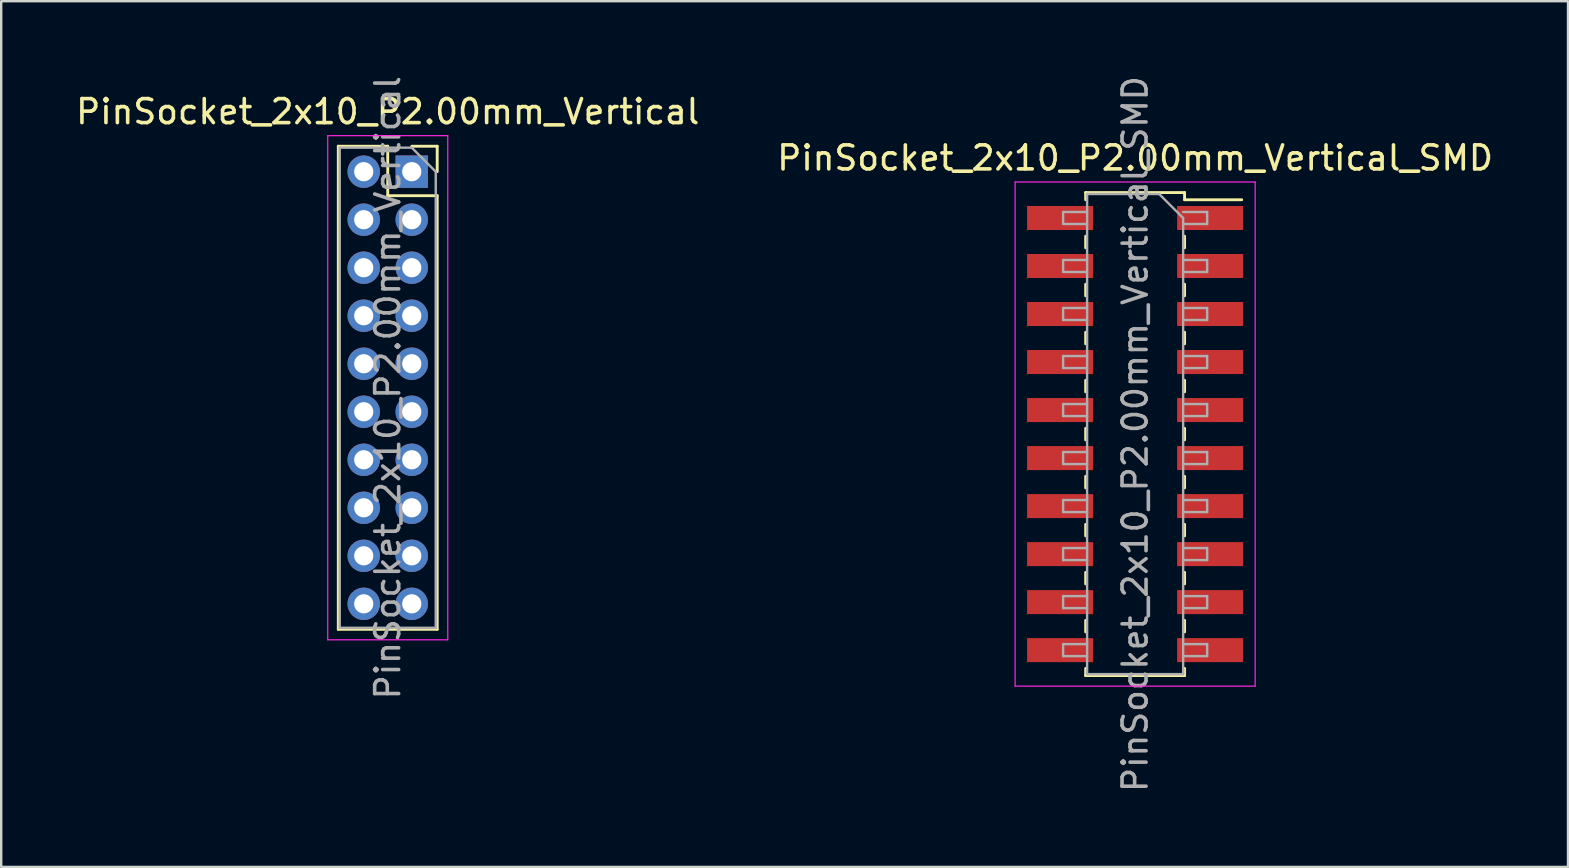
<source format=kicad_pcb>
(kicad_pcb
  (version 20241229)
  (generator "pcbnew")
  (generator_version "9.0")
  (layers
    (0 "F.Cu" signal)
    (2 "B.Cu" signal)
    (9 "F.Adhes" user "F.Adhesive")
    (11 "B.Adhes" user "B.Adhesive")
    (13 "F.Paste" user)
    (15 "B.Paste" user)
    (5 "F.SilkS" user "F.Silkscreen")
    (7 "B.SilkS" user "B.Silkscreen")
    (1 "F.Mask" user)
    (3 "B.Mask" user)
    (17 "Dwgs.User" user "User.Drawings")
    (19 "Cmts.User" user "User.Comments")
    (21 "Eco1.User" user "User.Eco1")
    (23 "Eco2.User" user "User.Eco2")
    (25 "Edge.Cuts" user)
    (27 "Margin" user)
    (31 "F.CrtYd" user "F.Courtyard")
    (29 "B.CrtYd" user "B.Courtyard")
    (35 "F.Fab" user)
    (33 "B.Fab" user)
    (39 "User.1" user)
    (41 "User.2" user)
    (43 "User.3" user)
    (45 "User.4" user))
  (footprint "PinSocket_2x10_P2.00mm_Vertical"
    (layer "F.Cu")
    (at 14.101 4.101)
    (property "Reference" "PinSocket_2x10_P2.00mm_Vertical" (at -1 -2.5 0) (layer "F.SilkS") (effects (font (size 1 1) (thickness 0.15))))
    (attr through_hole)
    (fp_line (start -3.06 -1.06) (end -3.06 19.06) (stroke (width 0.12) (type solid)) (layer "F.SilkS"))
    (fp_line (start -3.06 -1.06) (end -1 -1.06) (stroke (width 0.12) (type solid)) (layer "F.SilkS"))
    (fp_line (start -3.06 19.06) (end 1.06 19.06) (stroke (width 0.12) (type solid)) (layer "F.SilkS"))
    (fp_line (start -1 -1.06) (end -1 1) (stroke (width 0.12) (type solid)) (layer "F.SilkS"))
    (fp_line (start -1 1) (end 1.06 1) (stroke (width 0.12) (type solid)) (layer "F.SilkS"))
    (fp_line (start 0 -1.06) (end 1.06 -1.06) (stroke (width 0.12) (type solid)) (layer "F.SilkS"))
    (fp_line (start 1.06 -1.06) (end 1.06 0) (stroke (width 0.12) (type solid)) (layer "F.SilkS"))
    (fp_line (start 1.06 1) (end 1.06 19.06) (stroke (width 0.12) (type solid)) (layer "F.SilkS"))
    (fp_line (start -3.5 -1.5) (end 1.5 -1.5) (stroke (width 0.05) (type solid)) (layer "F.CrtYd"))
    (fp_line (start -3.5 19.5) (end -3.5 -1.5) (stroke (width 0.05) (type solid)) (layer "F.CrtYd"))
    (fp_line (start 1.5 -1.5) (end 1.5 19.5) (stroke (width 0.05) (type solid)) (layer "F.CrtYd"))
    (fp_line (start 1.5 19.5) (end -3.5 19.5) (stroke (width 0.05) (type solid)) (layer "F.CrtYd"))
    (fp_line (start -3 -1) (end 0 -1) (stroke (width 0.1) (type solid)) (layer "F.Fab"))
    (fp_line (start -3 19) (end -3 -1) (stroke (width 0.1) (type solid)) (layer "F.Fab"))
    (fp_line (start 0 -1) (end 1 0) (stroke (width 0.1) (type solid)) (layer "F.Fab"))
    (fp_line (start 1 0) (end 1 19) (stroke (width 0.1) (type solid)) (layer "F.Fab"))
    (fp_line (start 1 19) (end -3 19) (stroke (width 0.1) (type solid)) (layer "F.Fab"))
    (fp_text user "${REFERENCE}" (at -1 9 90) (layer "F.Fab") (effects (font (size 1 1) (thickness 0.15))))
    (pad "1" thru_hole rect (at 0 0) (size 1.35 1.35) (drill 0.8) (layers "*.Cu" "*.Mask"))
    (pad "2" thru_hole oval (at -2 0) (size 1.35 1.35) (drill 0.8) (layers "*.Cu" "*.Mask"))
    (pad "3" thru_hole oval (at 0 2) (size 1.35 1.35) (drill 0.8) (layers "*.Cu" "*.Mask"))
    (pad "4" thru_hole oval (at -2 2) (size 1.35 1.35) (drill 0.8) (layers "*.Cu" "*.Mask"))
    (pad "5" thru_hole oval (at 0 4) (size 1.35 1.35) (drill 0.8) (layers "*.Cu" "*.Mask"))
    (pad "6" thru_hole oval (at -2 4) (size 1.35 1.35) (drill 0.8) (layers "*.Cu" "*.Mask"))
    (pad "7" thru_hole oval (at 0 6) (size 1.35 1.35) (drill 0.8) (layers "*.Cu" "*.Mask"))
    (pad "8" thru_hole oval (at -2 6) (size 1.35 1.35) (drill 0.8) (layers "*.Cu" "*.Mask"))
    (pad "9" thru_hole oval (at 0 8) (size 1.35 1.35) (drill 0.8) (layers "*.Cu" "*.Mask"))
    (pad "10" thru_hole oval (at -2 8) (size 1.35 1.35) (drill 0.8) (layers "*.Cu" "*.Mask"))
    (pad "11" thru_hole oval (at 0 10) (size 1.35 1.35) (drill 0.8) (layers "*.Cu" "*.Mask"))
    (pad "12" thru_hole oval (at -2 10) (size 1.35 1.35) (drill 0.8) (layers "*.Cu" "*.Mask"))
    (pad "13" thru_hole oval (at 0 12) (size 1.35 1.35) (drill 0.8) (layers "*.Cu" "*.Mask"))
    (pad "14" thru_hole oval (at -2 12) (size 1.35 1.35) (drill 0.8) (layers "*.Cu" "*.Mask"))
    (pad "15" thru_hole oval (at 0 14) (size 1.35 1.35) (drill 0.8) (layers "*.Cu" "*.Mask"))
    (pad "16" thru_hole oval (at -2 14) (size 1.35 1.35) (drill 0.8) (layers "*.Cu" "*.Mask"))
    (pad "17" thru_hole oval (at 0 16) (size 1.35 1.35) (drill 0.8) (layers "*.Cu" "*.Mask"))
    (pad "18" thru_hole oval (at -2 16) (size 1.35 1.35) (drill 0.8) (layers "*.Cu" "*.Mask"))
    (pad "19" thru_hole oval (at 0 18) (size 1.35 1.35) (drill 0.8) (layers "*.Cu" "*.Mask"))
    (pad "20" thru_hole oval (at -2 18) (size 1.35 1.35) (drill 0.8) (layers "*.Cu" "*.Mask")))
  (footprint "PinSocket_2x10_P2.00mm_Vertical_SMD"
    (layer "F.Cu")
    (at 44.232 15.03)
    (property "Reference" "PinSocket_2x10_P2.00mm_Vertical_SMD" (at 0 -11.5 0) (layer "F.SilkS") (effects (font (size 1 1) (thickness 0.15))))
    (attr smd)
    (fp_line (start -2.06 -10.06) (end -2.06 -9.76) (stroke (width 0.12) (type solid)) (layer "F.SilkS"))
    (fp_line (start -2.06 -10.06) (end 2.06 -10.06) (stroke (width 0.12) (type solid)) (layer "F.SilkS"))
    (fp_line (start -2.06 -8.24) (end -2.06 -7.76) (stroke (width 0.12) (type solid)) (layer "F.SilkS"))
    (fp_line (start -2.06 -6.24) (end -2.06 -5.76) (stroke (width 0.12) (type solid)) (layer "F.SilkS"))
    (fp_line (start -2.06 -4.24) (end -2.06 -3.76) (stroke (width 0.12) (type solid)) (layer "F.SilkS"))
    (fp_line (start -2.06 -2.24) (end -2.06 -1.76) (stroke (width 0.12) (type solid)) (layer "F.SilkS"))
    (fp_line (start -2.06 -0.24) (end -2.06 0.24) (stroke (width 0.12) (type solid)) (layer "F.SilkS"))
    (fp_line (start -2.06 1.76) (end -2.06 2.24) (stroke (width 0.12) (type solid)) (layer "F.SilkS"))
    (fp_line (start -2.06 3.76) (end -2.06 4.24) (stroke (width 0.12) (type solid)) (layer "F.SilkS"))
    (fp_line (start -2.06 5.76) (end -2.06 6.24) (stroke (width 0.12) (type solid)) (layer "F.SilkS"))
    (fp_line (start -2.06 7.76) (end -2.06 8.24) (stroke (width 0.12) (type solid)) (layer "F.SilkS"))
    (fp_line (start -2.06 9.76) (end -2.06 10.06) (stroke (width 0.12) (type solid)) (layer "F.SilkS"))
    (fp_line (start -2.06 10.06) (end 2.06 10.06) (stroke (width 0.12) (type solid)) (layer "F.SilkS"))
    (fp_line (start 2.06 -10.06) (end 2.06 -9.76) (stroke (width 0.12) (type solid)) (layer "F.SilkS"))
    (fp_line (start 2.06 -9.76) (end 4.44 -9.76) (stroke (width 0.12) (type solid)) (layer "F.SilkS"))
    (fp_line (start 2.06 -8.24) (end 2.06 -7.76) (stroke (width 0.12) (type solid)) (layer "F.SilkS"))
    (fp_line (start 2.06 -6.24) (end 2.06 -5.76) (stroke (width 0.12) (type solid)) (layer "F.SilkS"))
    (fp_line (start 2.06 -4.24) (end 2.06 -3.76) (stroke (width 0.12) (type solid)) (layer "F.SilkS"))
    (fp_line (start 2.06 -2.24) (end 2.06 -1.76) (stroke (width 0.12) (type solid)) (layer "F.SilkS"))
    (fp_line (start 2.06 -0.24) (end 2.06 0.24) (stroke (width 0.12) (type solid)) (layer "F.SilkS"))
    (fp_line (start 2.06 1.76) (end 2.06 2.24) (stroke (width 0.12) (type solid)) (layer "F.SilkS"))
    (fp_line (start 2.06 3.76) (end 2.06 4.24) (stroke (width 0.12) (type solid)) (layer "F.SilkS"))
    (fp_line (start 2.06 5.76) (end 2.06 6.24) (stroke (width 0.12) (type solid)) (layer "F.SilkS"))
    (fp_line (start 2.06 7.76) (end 2.06 8.24) (stroke (width 0.12) (type solid)) (layer "F.SilkS"))
    (fp_line (start 2.06 9.76) (end 2.06 10.06) (stroke (width 0.12) (type solid)) (layer "F.SilkS"))
    (fp_line (start -5 -10.5) (end 5 -10.5) (stroke (width 0.05) (type solid)) (layer "F.CrtYd"))
    (fp_line (start -5 10.5) (end -5 -10.5) (stroke (width 0.05) (type solid)) (layer "F.CrtYd"))
    (fp_line (start 5 -10.5) (end 5 10.5) (stroke (width 0.05) (type solid)) (layer "F.CrtYd"))
    (fp_line (start 5 10.5) (end -5 10.5) (stroke (width 0.05) (type solid)) (layer "F.CrtYd"))
    (fp_line (start -3 -9.25) (end -2 -9.25) (stroke (width 0.1) (type solid)) (layer "F.Fab"))
    (fp_line (start -3 -8.75) (end -3 -9.25) (stroke (width 0.1) (type solid)) (layer "F.Fab"))
    (fp_line (start -3 -7.25) (end -2 -7.25) (stroke (width 0.1) (type solid)) (layer "F.Fab"))
    (fp_line (start -3 -6.75) (end -3 -7.25) (stroke (width 0.1) (type solid)) (layer "F.Fab"))
    (fp_line (start -3 -5.25) (end -2 -5.25) (stroke (width 0.1) (type solid)) (layer "F.Fab"))
    (fp_line (start -3 -4.75) (end -3 -5.25) (stroke (width 0.1) (type solid)) (layer "F.Fab"))
    (fp_line (start -3 -3.25) (end -2 -3.25) (stroke (width 0.1) (type solid)) (layer "F.Fab"))
    (fp_line (start -3 -2.75) (end -3 -3.25) (stroke (width 0.1) (type solid)) (layer "F.Fab"))
    (fp_line (start -3 -1.25) (end -2 -1.25) (stroke (width 0.1) (type solid)) (layer "F.Fab"))
    (fp_line (start -3 -0.75) (end -3 -1.25) (stroke (width 0.1) (type solid)) (layer "F.Fab"))
    (fp_line (start -3 0.75) (end -2 0.75) (stroke (width 0.1) (type solid)) (layer "F.Fab"))
    (fp_line (start -3 1.25) (end -3 0.75) (stroke (width 0.1) (type solid)) (layer "F.Fab"))
    (fp_line (start -3 2.75) (end -2 2.75) (stroke (width 0.1) (type solid)) (layer "F.Fab"))
    (fp_line (start -3 3.25) (end -3 2.75) (stroke (width 0.1) (type solid)) (layer "F.Fab"))
    (fp_line (start -3 4.75) (end -2 4.75) (stroke (width 0.1) (type solid)) (layer "F.Fab"))
    (fp_line (start -3 5.25) (end -3 4.75) (stroke (width 0.1) (type solid)) (layer "F.Fab"))
    (fp_line (start -3 6.75) (end -2 6.75) (stroke (width 0.1) (type solid)) (layer "F.Fab"))
    (fp_line (start -3 7.25) (end -3 6.75) (stroke (width 0.1) (type solid)) (layer "F.Fab"))
    (fp_line (start -3 8.75) (end -2 8.75) (stroke (width 0.1) (type solid)) (layer "F.Fab"))
    (fp_line (start -3 9.25) (end -3 8.75) (stroke (width 0.1) (type solid)) (layer "F.Fab"))
    (fp_line (start -2 -10) (end 1 -10) (stroke (width 0.1) (type solid)) (layer "F.Fab"))
    (fp_line (start -2 -8.75) (end -3 -8.75) (stroke (width 0.1) (type solid)) (layer "F.Fab"))
    (fp_line (start -2 -6.75) (end -3 -6.75) (stroke (width 0.1) (type solid)) (layer "F.Fab"))
    (fp_line (start -2 -4.75) (end -3 -4.75) (stroke (width 0.1) (type solid)) (layer "F.Fab"))
    (fp_line (start -2 -2.75) (end -3 -2.75) (stroke (width 0.1) (type solid)) (layer "F.Fab"))
    (fp_line (start -2 -0.75) (end -3 -0.75) (stroke (width 0.1) (type solid)) (layer "F.Fab"))
    (fp_line (start -2 1.25) (end -3 1.25) (stroke (width 0.1) (type solid)) (layer "F.Fab"))
    (fp_line (start -2 3.25) (end -3 3.25) (stroke (width 0.1) (type solid)) (layer "F.Fab"))
    (fp_line (start -2 5.25) (end -3 5.25) (stroke (width 0.1) (type solid)) (layer "F.Fab"))
    (fp_line (start -2 7.25) (end -3 7.25) (stroke (width 0.1) (type solid)) (layer "F.Fab"))
    (fp_line (start -2 9.25) (end -3 9.25) (stroke (width 0.1) (type solid)) (layer "F.Fab"))
    (fp_line (start -2 10) (end -2 -10) (stroke (width 0.1) (type solid)) (layer "F.Fab"))
    (fp_line (start 1 -10) (end 2 -9) (stroke (width 0.1) (type solid)) (layer "F.Fab"))
    (fp_line (start 2 -9.25) (end 3 -9.25) (stroke (width 0.1) (type solid)) (layer "F.Fab"))
    (fp_line (start 2 -9) (end 2 10) (stroke (width 0.1) (type solid)) (layer "F.Fab"))
    (fp_line (start 2 -7.25) (end 3 -7.25) (stroke (width 0.1) (type solid)) (layer "F.Fab"))
    (fp_line (start 2 -5.25) (end 3 -5.25) (stroke (width 0.1) (type solid)) (layer "F.Fab"))
    (fp_line (start 2 -3.25) (end 3 -3.25) (stroke (width 0.1) (type solid)) (layer "F.Fab"))
    (fp_line (start 2 -1.25) (end 3 -1.25) (stroke (width 0.1) (type solid)) (layer "F.Fab"))
    (fp_line (start 2 0.75) (end 3 0.75) (stroke (width 0.1) (type solid)) (layer "F.Fab"))
    (fp_line (start 2 2.75) (end 3 2.75) (stroke (width 0.1) (type solid)) (layer "F.Fab"))
    (fp_line (start 2 4.75) (end 3 4.75) (stroke (width 0.1) (type solid)) (layer "F.Fab"))
    (fp_line (start 2 6.75) (end 3 6.75) (stroke (width 0.1) (type solid)) (layer "F.Fab"))
    (fp_line (start 2 8.75) (end 3 8.75) (stroke (width 0.1) (type solid)) (layer "F.Fab"))
    (fp_line (start 2 10) (end -2 10) (stroke (width 0.1) (type solid)) (layer "F.Fab"))
    (fp_line (start 3 -9.25) (end 3 -8.75) (stroke (width 0.1) (type solid)) (layer "F.Fab"))
    (fp_line (start 3 -8.75) (end 2 -8.75) (stroke (width 0.1) (type solid)) (layer "F.Fab"))
    (fp_line (start 3 -7.25) (end 3 -6.75) (stroke (width 0.1) (type solid)) (layer "F.Fab"))
    (fp_line (start 3 -6.75) (end 2 -6.75) (stroke (width 0.1) (type solid)) (layer "F.Fab"))
    (fp_line (start 3 -5.25) (end 3 -4.75) (stroke (width 0.1) (type solid)) (layer "F.Fab"))
    (fp_line (start 3 -4.75) (end 2 -4.75) (stroke (width 0.1) (type solid)) (layer "F.Fab"))
    (fp_line (start 3 -3.25) (end 3 -2.75) (stroke (width 0.1) (type solid)) (layer "F.Fab"))
    (fp_line (start 3 -2.75) (end 2 -2.75) (stroke (width 0.1) (type solid)) (layer "F.Fab"))
    (fp_line (start 3 -1.25) (end 3 -0.75) (stroke (width 0.1) (type solid)) (layer "F.Fab"))
    (fp_line (start 3 -0.75) (end 2 -0.75) (stroke (width 0.1) (type solid)) (layer "F.Fab"))
    (fp_line (start 3 0.75) (end 3 1.25) (stroke (width 0.1) (type solid)) (layer "F.Fab"))
    (fp_line (start 3 1.25) (end 2 1.25) (stroke (width 0.1) (type solid)) (layer "F.Fab"))
    (fp_line (start 3 2.75) (end 3 3.25) (stroke (width 0.1) (type solid)) (layer "F.Fab"))
    (fp_line (start 3 3.25) (end 2 3.25) (stroke (width 0.1) (type solid)) (layer "F.Fab"))
    (fp_line (start 3 4.75) (end 3 5.25) (stroke (width 0.1) (type solid)) (layer "F.Fab"))
    (fp_line (start 3 5.25) (end 2 5.25) (stroke (width 0.1) (type solid)) (layer "F.Fab"))
    (fp_line (start 3 6.75) (end 3 7.25) (stroke (width 0.1) (type solid)) (layer "F.Fab"))
    (fp_line (start 3 7.25) (end 2 7.25) (stroke (width 0.1) (type solid)) (layer "F.Fab"))
    (fp_line (start 3 8.75) (end 3 9.25) (stroke (width 0.1) (type solid)) (layer "F.Fab"))
    (fp_line (start 3 9.25) (end 2 9.25) (stroke (width 0.1) (type solid)) (layer "F.Fab"))
    (fp_text user "${REFERENCE}" (at 0 0 90) (layer "F.Fab") (effects (font (size 1 1) (thickness 0.15))))
    (pad "1" smd rect (at 3.125 -9) (size 2.75 1) (layers "F.Cu" "F.Mask" "F.Paste"))
    (pad "2" smd rect (at -3.125 -9) (size 2.75 1) (layers "F.Cu" "F.Mask" "F.Paste"))
    (pad "3" smd rect (at 3.125 -7) (size 2.75 1) (layers "F.Cu" "F.Mask" "F.Paste"))
    (pad "4" smd rect (at -3.125 -7) (size 2.75 1) (layers "F.Cu" "F.Mask" "F.Paste"))
    (pad "5" smd rect (at 3.125 -5) (size 2.75 1) (layers "F.Cu" "F.Mask" "F.Paste"))
    (pad "6" smd rect (at -3.125 -5) (size 2.75 1) (layers "F.Cu" "F.Mask" "F.Paste"))
    (pad "7" smd rect (at 3.125 -3) (size 2.75 1) (layers "F.Cu" "F.Mask" "F.Paste"))
    (pad "8" smd rect (at -3.125 -3) (size 2.75 1) (layers "F.Cu" "F.Mask" "F.Paste"))
    (pad "9" smd rect (at 3.125 -1) (size 2.75 1) (layers "F.Cu" "F.Mask" "F.Paste"))
    (pad "10" smd rect (at -3.125 -1) (size 2.75 1) (layers "F.Cu" "F.Mask" "F.Paste"))
    (pad "11" smd rect (at 3.125 1) (size 2.75 1) (layers "F.Cu" "F.Mask" "F.Paste"))
    (pad "12" smd rect (at -3.125 1) (size 2.75 1) (layers "F.Cu" "F.Mask" "F.Paste"))
    (pad "13" smd rect (at 3.125 3) (size 2.75 1) (layers "F.Cu" "F.Mask" "F.Paste"))
    (pad "14" smd rect (at -3.125 3) (size 2.75 1) (layers "F.Cu" "F.Mask" "F.Paste"))
    (pad "15" smd rect (at 3.125 5) (size 2.75 1) (layers "F.Cu" "F.Mask" "F.Paste"))
    (pad "16" smd rect (at -3.125 5) (size 2.75 1) (layers "F.Cu" "F.Mask" "F.Paste"))
    (pad "17" smd rect (at 3.125 7) (size 2.75 1) (layers "F.Cu" "F.Mask" "F.Paste"))
    (pad "18" smd rect (at -3.125 7) (size 2.75 1) (layers "F.Cu" "F.Mask" "F.Paste"))
    (pad "19" smd rect (at 3.125 9) (size 2.75 1) (layers "F.Cu" "F.Mask" "F.Paste"))
    (pad "20" smd rect (at -3.125 9) (size 2.75 1) (layers "F.Cu" "F.Mask" "F.Paste")))
  (gr_rect
    (start -3 -3)
    (end 62.262 33.06)
    (stroke (width 0.1) (type default))
    (fill no)
    (layer "Edge.Cuts")))
</source>
